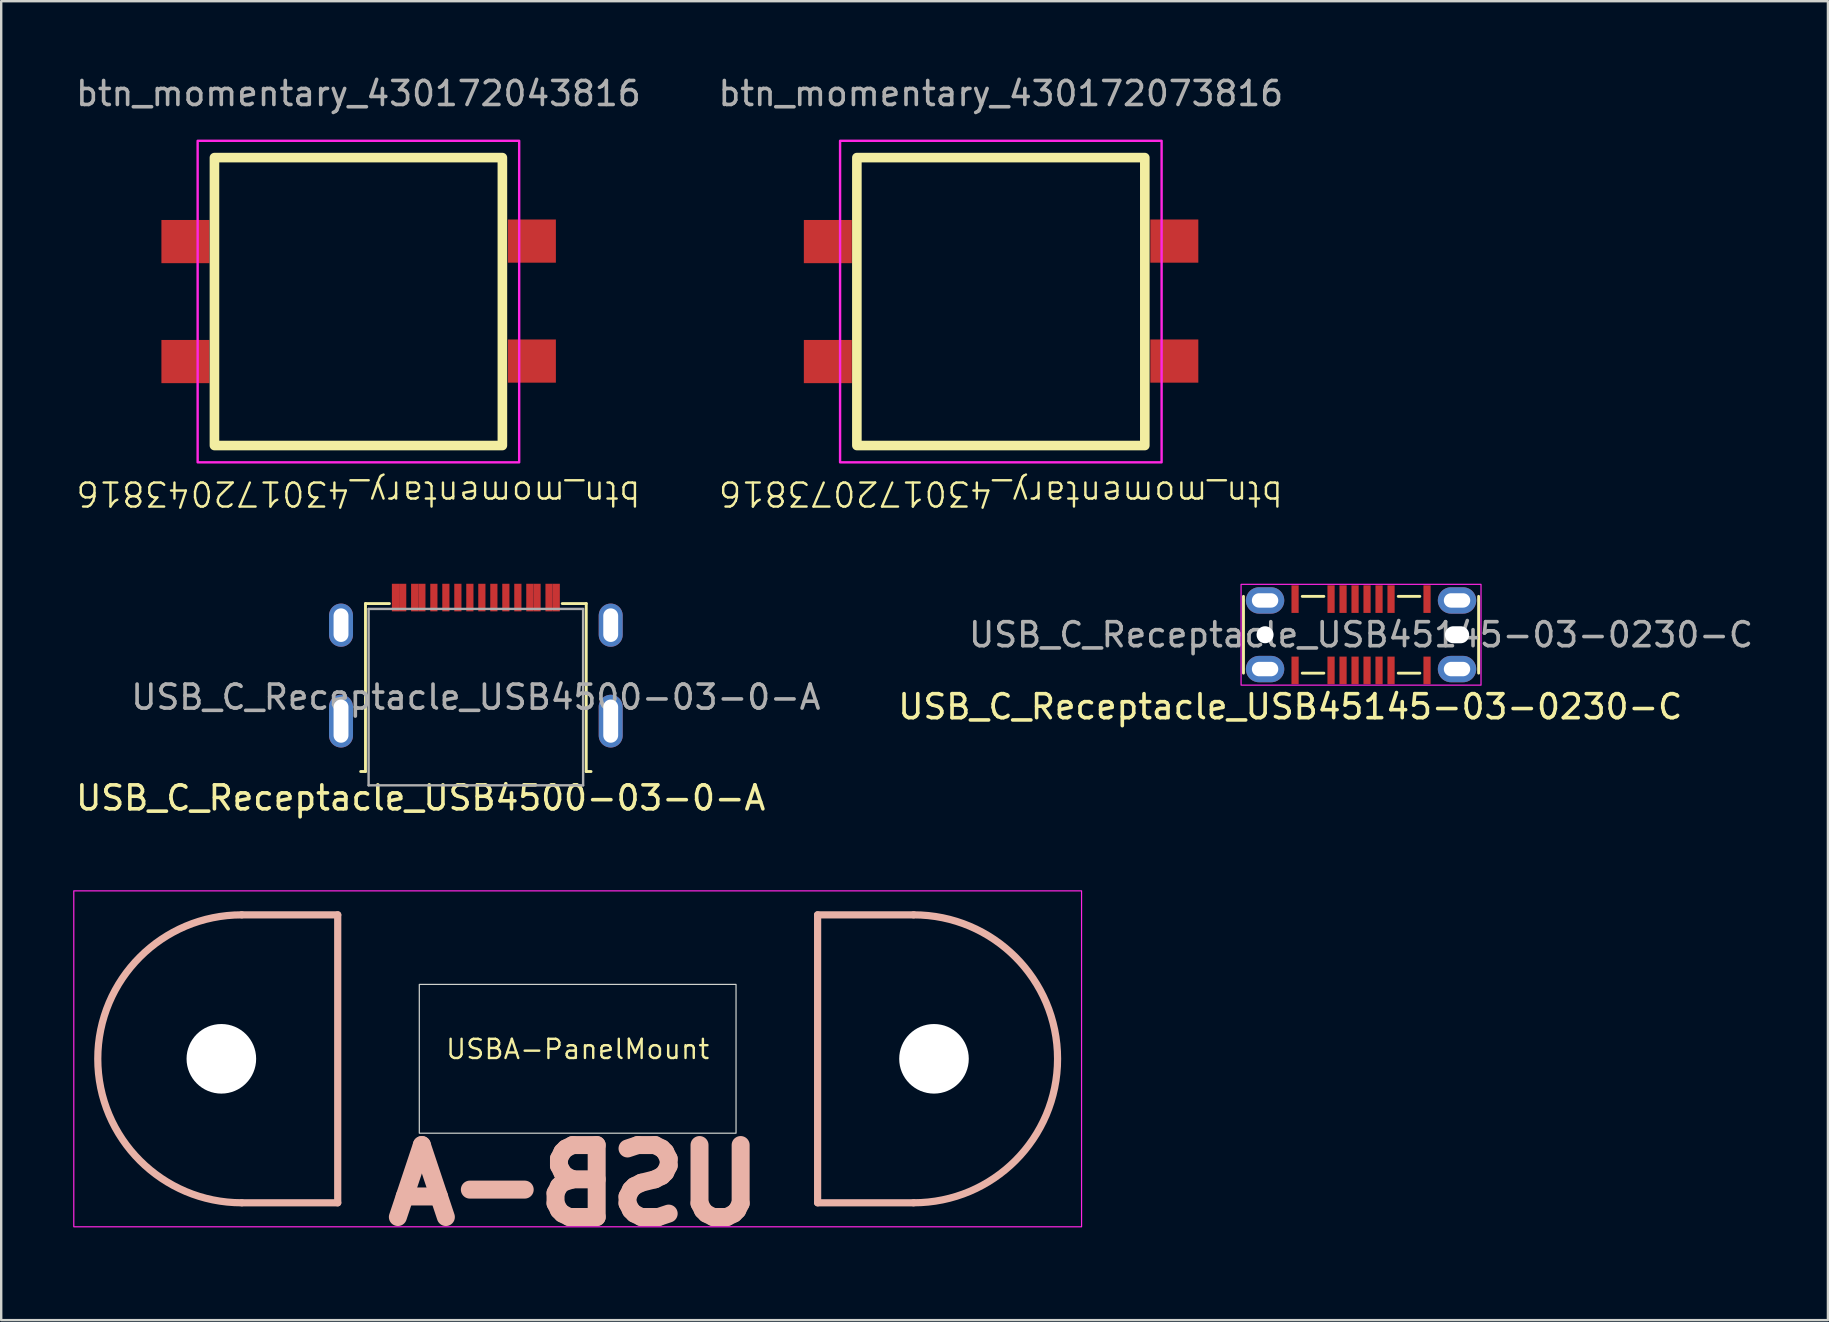
<source format=kicad_pcb>
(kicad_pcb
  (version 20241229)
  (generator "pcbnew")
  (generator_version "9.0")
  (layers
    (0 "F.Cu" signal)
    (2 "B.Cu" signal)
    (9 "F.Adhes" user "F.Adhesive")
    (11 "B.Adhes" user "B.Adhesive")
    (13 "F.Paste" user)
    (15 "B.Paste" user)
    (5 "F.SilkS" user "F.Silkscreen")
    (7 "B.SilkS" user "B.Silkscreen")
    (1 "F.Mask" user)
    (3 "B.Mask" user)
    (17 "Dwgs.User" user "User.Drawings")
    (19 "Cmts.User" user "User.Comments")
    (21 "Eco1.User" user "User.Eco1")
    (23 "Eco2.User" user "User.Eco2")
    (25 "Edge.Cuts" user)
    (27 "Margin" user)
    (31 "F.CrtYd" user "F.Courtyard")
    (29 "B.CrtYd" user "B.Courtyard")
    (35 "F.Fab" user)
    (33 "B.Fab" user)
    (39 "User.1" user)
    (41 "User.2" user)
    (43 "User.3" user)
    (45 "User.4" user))
  (footprint "USB_C_Receptacle_USB4500-03-0-A"
    (layer "F.Cu")
    (at 16.782 26.004)
    (property "Reference" "USB_C_Receptacle_USB4500-03-0-A" (at -2.3 4.2 0) (layer "F.SilkS") (effects (font (size 1 1) (thickness 0.15))))
    (attr through_hole)
    (fp_line (start -4.6 3.1) (end -4.8 3.1) (stroke (width 0.12) (type default)) (layer "F.SilkS"))
    (fp_line (start -4.6 3.1) (end -4.6 -3.9) (stroke (width 0.12) (type solid)) (layer "F.SilkS"))
    (fp_line (start -3.6 -3.9) (end -4.6 -3.9) (stroke (width 0.12) (type default)) (layer "F.SilkS"))
    (fp_line (start 4.6 -3.9) (end 3.6 -3.9) (stroke (width 0.12) (type default)) (layer "F.SilkS"))
    (fp_line (start 4.6 3.1) (end 4.6 -3.9) (stroke (width 0.12) (type solid)) (layer "F.SilkS"))
    (fp_line (start 4.8 3.1) (end 4.6 3.1) (stroke (width 0.12) (type default)) (layer "F.SilkS"))
    (fp_line (start -4.47 -3.675) (end -4.47 3.675) (stroke (width 0.1) (type solid)) (layer "F.Fab"))
    (fp_line (start -4.47 -3.675) (end 4.47 -3.675) (stroke (width 0.1) (type solid)) (layer "F.Fab"))
    (fp_line (start -4.47 3.675) (end 4.47 3.675) (stroke (width 0.1) (type solid)) (layer "F.Fab"))
    (fp_line (start 4.47 3.675) (end 4.47 -3.675) (stroke (width 0.1) (type solid)) (layer "F.Fab"))
    (fp_rect (start -4.5 -3.4) (end 4.5 3.1) (stroke (width 0.12) (type default)) (fill no) (layer "User.6"))
    (fp_text user "${REFERENCE}" (at 0 0 0) (layer "F.Fab") (effects (font (size 1 1) (thickness 0.15))))
    (pad "A1" connect rect (at -3.35 -4.15) (size 0.3 1.15) (layers "F.Cu" "F.Mask" "F.Paste"))
    (pad "A4" connect rect (at -2.55 -4.15) (size 0.3 1.15) (layers "F.Cu" "F.Mask" "F.Paste"))
    (pad "A5" connect rect (at -1.25 -4.15) (size 0.3 1.15) (layers "F.Cu" "F.Mask" "F.Paste"))
    (pad "A6" connect rect (at -0.25 -4.15) (size 0.3 1.15) (layers "F.Cu" "F.Mask" "F.Paste"))
    (pad "A7" connect rect (at 0.25 -4.15) (size 0.3 1.15) (layers "F.Cu" "F.Mask" "F.Paste"))
    (pad "A8" connect rect (at 1.25 -4.15) (size 0.3 1.15) (layers "F.Cu" "F.Mask" "F.Paste"))
    (pad "A9" connect rect (at 2.55 -4.15) (size 0.3 1.15) (layers "F.Cu" "F.Mask" "F.Paste"))
    (pad "A12" connect rect (at 3.35 -4.15) (size 0.3 1.15) (layers "F.Cu" "F.Mask" "F.Paste"))
    (pad "B1" connect rect (at 3.05 -4.15) (size 0.3 1.15) (layers "F.Cu" "F.Mask" "F.Paste"))
    (pad "B4" connect rect (at 2.25 -4.15) (size 0.3 1.15) (layers "F.Cu" "F.Mask" "F.Paste"))
    (pad "B5" connect rect (at 1.75 -4.15) (size 0.3 1.15) (layers "F.Cu" "F.Mask" "F.Paste"))
    (pad "B6" connect rect (at 0.75 -4.15) (size 0.3 1.15) (layers "F.Cu" "F.Mask" "F.Paste"))
    (pad "B7" connect rect (at -0.75 -4.15) (size 0.3 1.15) (layers "F.Cu" "F.Mask" "F.Paste"))
    (pad "B8" connect rect (at -1.75 -4.15) (size 0.3 1.15) (layers "F.Cu" "F.Mask" "F.Paste"))
    (pad "B9" connect rect (at -2.25 -4.15) (size 0.3 1.15) (layers "F.Cu" "F.Mask" "F.Paste"))
    (pad "B12" connect rect (at -3.05 -4.15) (size 0.3 1.15) (layers "F.Cu" "F.Mask" "F.Paste"))
    (pad "S1" thru_hole oval (at -5.62 -3) (size 1 1.8) (drill oval 0.62 1.4) (layers "*.Cu" "*.Mask"))
    (pad "S1" thru_hole oval (at -5.62 1) (size 1 2.2) (drill oval 0.62 1.8) (layers "*.Cu" "*.Mask"))
    (pad "S1" thru_hole oval (at 5.62 -3) (size 1 1.8) (drill oval 0.62 1.4) (layers "*.Cu" "*.Mask"))
    (pad "S1" thru_hole oval (at 5.62 1) (size 1 2.2) (drill oval 0.62 1.8) (layers "*.Cu" "*.Mask")))
  (footprint "btn_momentary_430172043816"
    (layer "F.Cu")
    (at 11.887 9.518)
    (property "Reference" "btn_momentary_430172043816" (at 0 8 180) (unlocked yes) (layer "F.SilkS") (effects (font (size 1 1) (thickness 0.1))))
    (attr smd)
    (fp_rect (start -6 -6) (end 6 6) (stroke (width 0.4) (type default)) (fill no) (layer "F.SilkS"))
    (fp_rect (start -6.7 -6.7) (end 6.7 6.7) (stroke (width 0.1) (type default)) (fill no) (layer "F.CrtYd"))
    (fp_text user "${REFERENCE}" (at 0 -8.67 0) (unlocked yes) (layer "F.Fab") (effects (font (size 1 1) (thickness 0.15))))
    (pad "1" smd rect (at -7.21 -2.5) (size 2 1.8) (layers "F.Cu" "F.Mask" "F.Paste"))
    (pad "2" smd rect (at 7.23 -2.52) (size 2 1.8) (layers "F.Cu" "F.Mask" "F.Paste"))
    (pad "3" smd rect (at -7.21 2.5) (size 2 1.8) (layers "F.Cu" "F.Mask" "F.Paste"))
    (pad "4" smd rect (at 7.23 2.48) (size 2 1.8) (layers "F.Cu" "F.Mask" "F.Paste")))
  (footprint "USBA-PanelMount"
    (layer "F.Cu")
    (at 21.025 41.077)
    (property "Reference" "USBA-PanelMount" (at 0 -0.4 0) (unlocked yes) (layer "F.SilkS") (effects (font (size 0.8 0.8) (thickness 0.1))))
    (attr through_hole)
    (fp_line (start -14 6) (end -10 6) (stroke (width 0.3) (type default)) (layer "B.SilkS"))
    (fp_line (start -10 -6) (end -14 -6) (stroke (width 0.3) (type default)) (layer "B.SilkS"))
    (fp_line (start -10 6) (end -10 -6) (stroke (width 0.3) (type default)) (layer "B.SilkS"))
    (fp_line (start 10 -6) (end 10 6) (stroke (width 0.3) (type default)) (layer "B.SilkS"))
    (fp_line (start 10 6) (end 14 6) (stroke (width 0.3) (type default)) (layer "B.SilkS"))
    (fp_line (start 14 -6) (end 10 -6) (stroke (width 0.3) (type default)) (layer "B.SilkS"))
    (fp_arc (start -14 6) (mid -20 0) (end -14 -6) (stroke (width 0.3) (type default)) (layer "B.SilkS"))
    (fp_arc (start 14 -6) (mid 20 0) (end 14 6) (stroke (width 0.3) (type default)) (layer "B.SilkS"))
    (fp_rect (start -6.6 -3.1) (end 6.6 3.1) (stroke (width 0.05) (type default)) (fill no) (layer "Edge.Cuts"))
    (fp_rect (start -21 -7) (end 21 7) (stroke (width 0.05) (type default)) (fill no) (layer "F.CrtYd"))
    (fp_text user "USB-A" (at 8 7 0) (unlocked yes) (layer "B.SilkS") (effects (font (size 3 3) (thickness 0.75) (bold yes)) (justify left bottom mirror)))
    (pad "" np_thru_hole circle (at -14.85 0) (size 2.9 2.9) (drill 2.9) (layers "*.Cu" "*.Mask"))
    (pad "" np_thru_hole circle (at 14.85 0) (size 2.9 2.9) (drill 2.9) (layers "*.Cu" "*.Mask")))
  (footprint "USB_C_Receptacle_USB45145-03-0230-C"
    (layer "F.Cu")
    (at 53.673 23.404)
    (property "Reference" "USB_C_Receptacle_USB45145-03-0230-C" (at -2.95 3 0) (layer "F.SilkS") (effects (font (size 1 1) (thickness 0.15))))
    (attr through_hole)
    (fp_line (start -4.9 1.6) (end -4.9 -1.6) (stroke (width 0.12) (type solid)) (layer "F.SilkS"))
    (fp_line (start -1.55 -1.6) (end -2.45 -1.6) (stroke (width 0.12) (type default)) (layer "F.SilkS"))
    (fp_line (start -1.55 1.6) (end -2.45 1.6) (stroke (width 0.12) (type default)) (layer "F.SilkS"))
    (fp_line (start 2.45 -1.6) (end 1.55 -1.6) (stroke (width 0.12) (type default)) (layer "F.SilkS"))
    (fp_line (start 2.45 1.6) (end 1.55 1.6) (stroke (width 0.12) (type default)) (layer "F.SilkS"))
    (fp_line (start 4.9 1.6) (end 4.9 -1.6) (stroke (width 0.12) (type solid)) (layer "F.SilkS"))
    (fp_rect (start -5 -2.1) (end 5 2.1) (stroke (width 0.05) (type default)) (fill no) (layer "F.CrtYd"))
    (fp_text user "${REFERENCE}" (at 0 0 0) (layer "F.Fab") (effects (font (size 1 1) (thickness 0.15))))
    (pad "" np_thru_hole circle (at -4 0 90) (size 0.71 0.71) (drill 0.71) (layers "*.Cu" "*.Mask"))
    (pad "" np_thru_hole oval (at 4 0 90) (size 0.71 1.01) (drill oval 0.71 1.01) (layers "*.Cu" "*.Mask"))
    (pad "A1" smd rect (at -2.75 -1.485) (size 0.3 1.15) (layers "F.Cu" "F.Mask" "F.Paste"))
    (pad "A4" smd rect (at -1.25 -1.485) (size 0.3 1.15) (layers "F.Cu" "F.Mask" "F.Paste"))
    (pad "A5" smd rect (at -0.75 -1.485) (size 0.3 1.15) (layers "F.Cu" "F.Mask" "F.Paste"))
    (pad "A6" smd rect (at -0.25 -1.485) (size 0.3 1.15) (layers "F.Cu" "F.Mask" "F.Paste"))
    (pad "A7" smd rect (at 0.25 -1.485) (size 0.3 1.15) (layers "F.Cu" "F.Mask" "F.Paste"))
    (pad "A8" smd rect (at 0.75 -1.485) (size 0.3 1.15) (layers "F.Cu" "F.Mask" "F.Paste"))
    (pad "A9" smd rect (at 1.25 -1.485) (size 0.3 1.15) (layers "F.Cu" "F.Mask" "F.Paste"))
    (pad "A12" smd rect (at 2.75 -1.485) (size 0.3 1.15) (layers "F.Cu" "F.Mask" "F.Paste"))
    (pad "B1" smd rect (at 2.75 1.485) (size 0.3 1.15) (layers "F.Cu" "F.Mask" "F.Paste"))
    (pad "B4" smd rect (at 1.25 1.485) (size 0.3 1.15) (layers "F.Cu" "F.Mask" "F.Paste"))
    (pad "B5" smd rect (at 0.75 1.485) (size 0.3 1.15) (layers "F.Cu" "F.Mask" "F.Paste"))
    (pad "B6" smd rect (at 0.25 1.485) (size 0.3 1.15) (layers "F.Cu" "F.Mask" "F.Paste"))
    (pad "B7" smd rect (at -0.25 1.485) (size 0.3 1.15) (layers "F.Cu" "F.Mask" "F.Paste"))
    (pad "B8" smd rect (at -0.75 1.485) (size 0.3 1.15) (layers "F.Cu" "F.Mask" "F.Paste"))
    (pad "B9" smd rect (at -1.25 1.485) (size 0.3 1.15) (layers "F.Cu" "F.Mask" "F.Paste"))
    (pad "B12" smd rect (at -2.75 1.485) (size 0.3 1.15) (layers "F.Cu" "F.Mask" "F.Paste"))
    (pad "S1" thru_hole oval (at -4 -1.43 90) (size 1.1 1.6) (drill oval 0.6 1.1) (layers "*.Cu" "*.Mask" "F.Paste"))
    (pad "S1" thru_hole oval (at -4 1.43 90) (size 1.1 1.6) (drill oval 0.6 1.1) (layers "*.Cu" "*.Mask" "F.Paste"))
    (pad "S1" thru_hole oval (at 4 -1.43 90) (size 1.1 1.6) (drill oval 0.6 1.1) (layers "*.Cu" "*.Mask" "F.Paste"))
    (pad "S1" thru_hole oval (at 4 1.43 90) (size 1.1 1.6) (drill oval 0.6 1.1) (layers "*.Cu" "*.Mask" "F.Paste")))
  (footprint "btn_momentary_430172073816"
    (layer "F.Cu")
    (at 38.661 9.518)
    (property "Reference" "btn_momentary_430172073816" (at 0 8 180) (unlocked yes) (layer "F.SilkS") (effects (font (size 1 1) (thickness 0.1))))
    (attr smd)
    (fp_rect (start -6 -6) (end 6 6) (stroke (width 0.4) (type default)) (fill no) (layer "F.SilkS"))
    (fp_rect (start -6.7 -6.7) (end 6.7 6.7) (stroke (width 0.1) (type default)) (fill no) (layer "F.CrtYd"))
    (fp_text user "${REFERENCE}" (at 0 -8.67 0) (unlocked yes) (layer "F.Fab") (effects (font (size 1 1) (thickness 0.15))))
    (pad "1" smd rect (at -7.21 -2.5) (size 2 1.8) (layers "F.Cu" "F.Mask" "F.Paste"))
    (pad "2" smd rect (at 7.23 -2.52) (size 2 1.8) (layers "F.Cu" "F.Mask" "F.Paste"))
    (pad "3" smd rect (at -7.21 2.5) (size 2 1.8) (layers "F.Cu" "F.Mask" "F.Paste"))
    (pad "4" smd rect (at 7.23 2.48) (size 2 1.8) (layers "F.Cu" "F.Mask" "F.Paste")))
  (gr_rect
    (start -3 -3)
    (end 73.131 51.969)
    (stroke (width 0.1) (type default))
    (fill no)
    (layer "Edge.Cuts")))
</source>
